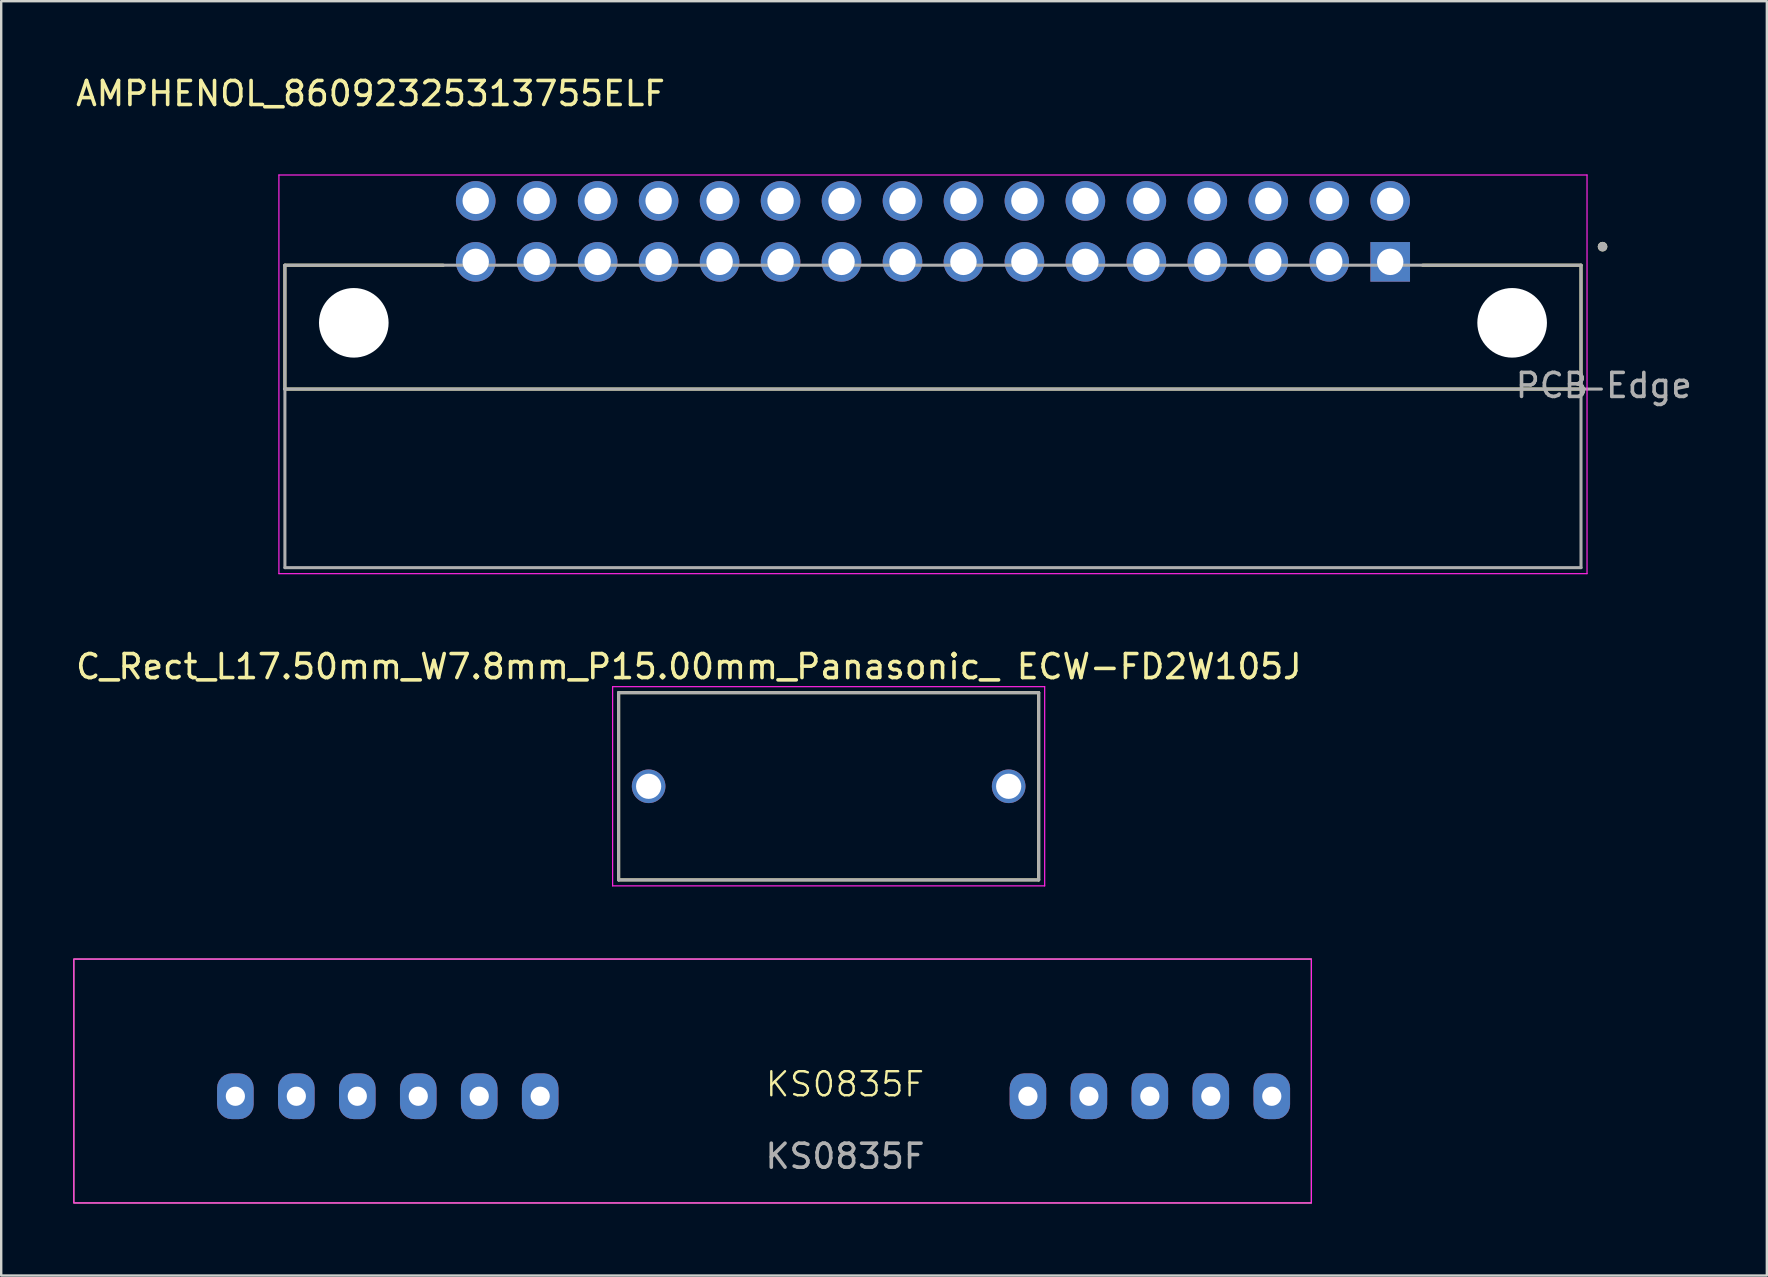
<source format=kicad_pcb>
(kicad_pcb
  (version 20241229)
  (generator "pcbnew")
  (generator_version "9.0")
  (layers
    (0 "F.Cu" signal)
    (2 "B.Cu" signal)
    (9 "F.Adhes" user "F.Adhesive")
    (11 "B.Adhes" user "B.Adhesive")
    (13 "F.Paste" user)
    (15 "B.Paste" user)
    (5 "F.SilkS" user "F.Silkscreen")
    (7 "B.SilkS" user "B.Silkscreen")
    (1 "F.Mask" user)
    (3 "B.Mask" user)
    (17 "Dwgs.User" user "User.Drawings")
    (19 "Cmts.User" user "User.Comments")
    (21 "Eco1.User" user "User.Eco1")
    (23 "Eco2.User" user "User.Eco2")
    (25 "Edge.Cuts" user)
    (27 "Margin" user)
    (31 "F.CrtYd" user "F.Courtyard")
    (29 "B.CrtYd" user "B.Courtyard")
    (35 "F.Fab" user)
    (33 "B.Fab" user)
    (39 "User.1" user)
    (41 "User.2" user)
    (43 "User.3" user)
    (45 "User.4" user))
  (footprint "AMPHENOL_86092325313755ELF"
    (layer "F.Cu")
    (at 35.82 10.4)
    (property "Reference" "AMPHENOL_86092325313755ELF" (at -23.433 -9.552 0) (layer "F.SilkS") (effects (font (size 1 1) (thickness 0.15))))
    (attr through_hole)
    (fp_line (start -27 -2.4) (end -20.4 -2.4) (stroke (width 0.127) (type solid)) (layer "F.SilkS"))
    (fp_line (start -27 2.76) (end -27 -2.4) (stroke (width 0.127) (type solid)) (layer "F.SilkS"))
    (fp_line (start -27 2.76) (end 27 2.76) (stroke (width 0.127) (type solid)) (layer "F.SilkS"))
    (fp_line (start 20.4 -2.4) (end 27 -2.4) (stroke (width 0.127) (type solid)) (layer "F.SilkS"))
    (fp_line (start 27 -2.4) (end 27 2.76) (stroke (width 0.127) (type solid)) (layer "F.SilkS"))
    (fp_circle (center 27.897 -3.173) (end 27.997 -3.173) (stroke (width 0.2) (type solid)) (fill no) (layer "F.SilkS"))
    (fp_line (start -27.25 -6.16) (end 27.25 -6.16) (stroke (width 0.05) (type solid)) (layer "F.CrtYd"))
    (fp_line (start -27.25 10.45) (end -27.25 -6.16) (stroke (width 0.05) (type solid)) (layer "F.CrtYd"))
    (fp_line (start 27.25 -6.16) (end 27.25 10.45) (stroke (width 0.05) (type solid)) (layer "F.CrtYd"))
    (fp_line (start 27.25 10.45) (end -27.25 10.45) (stroke (width 0.05) (type solid)) (layer "F.CrtYd"))
    (fp_line (start -27 -2.4) (end 27 -2.4) (stroke (width 0.127) (type solid)) (layer "F.Fab"))
    (fp_line (start -27 2.76) (end -27 -2.4) (stroke (width 0.127) (type solid)) (layer "F.Fab"))
    (fp_line (start -27 2.76) (end -27 10.2) (stroke (width 0.127) (type solid)) (layer "F.Fab"))
    (fp_line (start -27 10.2) (end 27 10.2) (stroke (width 0.127) (type solid)) (layer "F.Fab"))
    (fp_line (start 27 -2.4) (end 27 2.76) (stroke (width 0.127) (type solid)) (layer "F.Fab"))
    (fp_line (start 27 2.76) (end -27 2.76) (stroke (width 0.127) (type solid)) (layer "F.Fab"))
    (fp_line (start 27 2.76) (end 27.85 2.76) (stroke (width 0.127) (type solid)) (layer "F.Fab"))
    (fp_line (start 27 10.2) (end 27 2.76) (stroke (width 0.127) (type solid)) (layer "F.Fab"))
    (fp_circle (center 27.897 -3.173) (end 27.997 -3.173) (stroke (width 0.2) (type solid)) (fill no) (layer "F.Fab"))
    (fp_text user "PCB Edge" (at 27.95 2.61 0) (layer "F.Fab") (effects (font (size 1 1) (thickness 0.15))))
    (pad "" np_thru_hole circle (at -24.13 0) (size 2.9 2.9) (drill 2.9) (layers "*.Cu" "*.Mask"))
    (pad "" np_thru_hole circle (at 24.13 0) (size 2.9 2.9) (drill 2.9) (layers "*.Cu" "*.Mask"))
    (pad "A1" thru_hole rect (at 19.05 -2.54) (size 1.65 1.65) (drill 1.1) (layers "*.Cu" "*.Mask"))
    (pad "A2" thru_hole circle (at 16.51 -2.54) (size 1.65 1.65) (drill 1.1) (layers "*.Cu" "*.Mask"))
    (pad "A3" thru_hole circle (at 13.97 -2.54) (size 1.65 1.65) (drill 1.1) (layers "*.Cu" "*.Mask"))
    (pad "A4" thru_hole circle (at 11.43 -2.54) (size 1.65 1.65) (drill 1.1) (layers "*.Cu" "*.Mask"))
    (pad "A5" thru_hole circle (at 8.89 -2.54) (size 1.65 1.65) (drill 1.1) (layers "*.Cu" "*.Mask"))
    (pad "A6" thru_hole circle (at 6.35 -2.54) (size 1.65 1.65) (drill 1.1) (layers "*.Cu" "*.Mask"))
    (pad "A7" thru_hole circle (at 3.81 -2.54) (size 1.65 1.65) (drill 1.1) (layers "*.Cu" "*.Mask"))
    (pad "A8" thru_hole circle (at 1.27 -2.54) (size 1.65 1.65) (drill 1.1) (layers "*.Cu" "*.Mask"))
    (pad "A9" thru_hole circle (at -1.27 -2.54) (size 1.65 1.65) (drill 1.1) (layers "*.Cu" "*.Mask"))
    (pad "A10" thru_hole circle (at -3.81 -2.54) (size 1.65 1.65) (drill 1.1) (layers "*.Cu" "*.Mask"))
    (pad "A11" thru_hole circle (at -6.35 -2.54) (size 1.65 1.65) (drill 1.1) (layers "*.Cu" "*.Mask"))
    (pad "A12" thru_hole circle (at -8.89 -2.54) (size 1.65 1.65) (drill 1.1) (layers "*.Cu" "*.Mask"))
    (pad "A13" thru_hole circle (at -11.43 -2.54) (size 1.65 1.65) (drill 1.1) (layers "*.Cu" "*.Mask"))
    (pad "A14" thru_hole circle (at -13.97 -2.54) (size 1.65 1.65) (drill 1.1) (layers "*.Cu" "*.Mask"))
    (pad "A15" thru_hole circle (at -16.51 -2.54) (size 1.65 1.65) (drill 1.1) (layers "*.Cu" "*.Mask"))
    (pad "A16" thru_hole circle (at -19.05 -2.54) (size 1.65 1.65) (drill 1.1) (layers "*.Cu" "*.Mask"))
    (pad "B1" thru_hole circle (at 19.05 -5.08) (size 1.65 1.65) (drill 1.1) (layers "*.Cu" "*.Mask"))
    (pad "B2" thru_hole circle (at 16.51 -5.08) (size 1.65 1.65) (drill 1.1) (layers "*.Cu" "*.Mask"))
    (pad "B3" thru_hole circle (at 13.97 -5.08) (size 1.65 1.65) (drill 1.1) (layers "*.Cu" "*.Mask"))
    (pad "B4" thru_hole circle (at 11.43 -5.08) (size 1.65 1.65) (drill 1.1) (layers "*.Cu" "*.Mask"))
    (pad "B5" thru_hole circle (at 8.89 -5.08) (size 1.65 1.65) (drill 1.1) (layers "*.Cu" "*.Mask"))
    (pad "B6" thru_hole circle (at 6.35 -5.08) (size 1.65 1.65) (drill 1.1) (layers "*.Cu" "*.Mask"))
    (pad "B7" thru_hole circle (at 3.81 -5.08) (size 1.65 1.65) (drill 1.1) (layers "*.Cu" "*.Mask"))
    (pad "B8" thru_hole circle (at 1.27 -5.08) (size 1.65 1.65) (drill 1.1) (layers "*.Cu" "*.Mask"))
    (pad "B9" thru_hole circle (at -1.27 -5.08) (size 1.65 1.65) (drill 1.1) (layers "*.Cu" "*.Mask"))
    (pad "B10" thru_hole circle (at -3.81 -5.08) (size 1.65 1.65) (drill 1.1) (layers "*.Cu" "*.Mask"))
    (pad "B11" thru_hole circle (at -6.35 -5.08) (size 1.65 1.65) (drill 1.1) (layers "*.Cu" "*.Mask"))
    (pad "B12" thru_hole circle (at -8.89 -5.08) (size 1.65 1.65) (drill 1.1) (layers "*.Cu" "*.Mask"))
    (pad "B13" thru_hole circle (at -11.43 -5.08) (size 1.65 1.65) (drill 1.1) (layers "*.Cu" "*.Mask"))
    (pad "B14" thru_hole circle (at -13.97 -5.08) (size 1.65 1.65) (drill 1.1) (layers "*.Cu" "*.Mask"))
    (pad "B15" thru_hole circle (at -16.51 -5.08) (size 1.65 1.65) (drill 1.1) (layers "*.Cu" "*.Mask"))
    (pad "B16" thru_hole circle (at -19.05 -5.08) (size 1.65 1.65) (drill 1.1) (layers "*.Cu" "*.Mask")))
  (footprint "C_Rect_L17.50mm_W7.8mm_P15.00mm_Panasonic_ ECW-FD2W105J"
    (layer "F.Cu")
    (at 31.474 29.709)
    (property "Reference" "C_Rect_L17.50mm_W7.8mm_P15.00mm_Panasonic_ ECW-FD2W105J" (at -5.825 -4.985 0) (layer "F.SilkS") (effects (font (size 1 1) (thickness 0.15))))
    (attr through_hole)
    (fp_line (start -8.75 -3.9) (end -8.75 3.9) (stroke (width 0.127) (type solid)) (layer "F.SilkS"))
    (fp_line (start -8.75 -3.9) (end 8.75 -3.9) (stroke (width 0.127) (type solid)) (layer "F.SilkS"))
    (fp_line (start -8.75 3.9) (end 8.75 3.9) (stroke (width 0.127) (type solid)) (layer "F.SilkS"))
    (fp_line (start 8.75 -3.9) (end 8.75 3.9) (stroke (width 0.127) (type solid)) (layer "F.SilkS"))
    (fp_line (start -9 -4.15) (end -9 4.15) (stroke (width 0.05) (type solid)) (layer "F.CrtYd"))
    (fp_line (start -9 -4.15) (end 9 -4.15) (stroke (width 0.05) (type solid)) (layer "F.CrtYd"))
    (fp_line (start 9 -4.15) (end 9 4.15) (stroke (width 0.05) (type solid)) (layer "F.CrtYd"))
    (fp_line (start 9 4.15) (end -9 4.15) (stroke (width 0.05) (type solid)) (layer "F.CrtYd"))
    (fp_line (start -8.75 -3.9) (end -8.75 3.9) (stroke (width 0.127) (type solid)) (layer "F.Fab"))
    (fp_line (start -8.75 -3.9) (end 8.75 -3.9) (stroke (width 0.127) (type solid)) (layer "F.Fab"))
    (fp_line (start 8.75 -3.9) (end 8.75 3.9) (stroke (width 0.127) (type solid)) (layer "F.Fab"))
    (fp_line (start 8.75 3.9) (end -8.75 3.9) (stroke (width 0.127) (type solid)) (layer "F.Fab"))
    (pad "1" thru_hole circle (at -7.5 0) (size 1.4 1.4) (drill 1.05) (layers "*.Cu" "*.Mask"))
    (pad "2" thru_hole circle (at 7.5 0) (size 1.4 1.4) (drill 1.05) (layers "*.Cu" "*.Mask")))
  (footprint "KS0835F"
    (layer "F.Cu")
    (at 32.156 42.623)
    (property "Reference" "KS0835F" (at 0 -0.5 0) (unlocked yes) (layer "F.SilkS") (effects (font (size 1 1) (thickness 0.1))))
    (attr through_hole)
    (fp_rect (start -32.131 -5.715) (end 19.431 4.445) (stroke (width 0.05) (type solid)) (fill no) (layer "F.SilkS"))
    (fp_rect (start -32.131 -5.715) (end 19.431 4.445) (stroke (width 0.05) (type solid)) (fill no) (layer "F.CrtYd"))
    (fp_text user "${REFERENCE}" (at 0 2.5 0) (unlocked yes) (layer "F.Fab") (effects (font (size 1 1) (thickness 0.15))))
    (pad "1" thru_hole roundrect (at 17.78 0) (size 1.524 1.905) (drill 0.8) (layers "*.Cu" "*.Mask") (roundrect_rratio 0.4))
    (pad "2" thru_hole roundrect (at 15.24 0) (size 1.524 1.905) (drill 0.8) (layers "*.Cu" "*.Mask") (roundrect_rratio 0.4))
    (pad "3" thru_hole roundrect (at 12.7 0) (size 1.524 1.905) (drill 0.8) (layers "*.Cu" "*.Mask") (roundrect_rratio 0.4))
    (pad "4" thru_hole roundrect (at 10.16 0) (size 1.524 1.905) (drill 0.8) (layers "*.Cu" "*.Mask") (roundrect_rratio 0.4))
    (pad "5" thru_hole roundrect (at 7.62 0) (size 1.524 1.905) (drill 0.8) (layers "*.Cu" "*.Mask") (roundrect_rratio 0.4))
    (pad "6" thru_hole roundrect (at -12.7 0) (size 1.524 1.905) (drill 0.8) (layers "*.Cu" "*.Mask") (roundrect_rratio 0.4))
    (pad "7" thru_hole roundrect (at -15.24 0) (size 1.524 1.905) (drill 0.8) (layers "*.Cu" "*.Mask") (roundrect_rratio 0.4))
    (pad "8" thru_hole roundrect (at -17.78 0) (size 1.524 1.905) (drill 0.8) (layers "*.Cu" "*.Mask") (roundrect_rratio 0.4))
    (pad "9" thru_hole roundrect (at -20.32 0) (size 1.524 1.905) (drill 0.8) (layers "*.Cu" "*.Mask") (roundrect_rratio 0.4))
    (pad "10" thru_hole roundrect (at -22.86 0) (size 1.524 1.905) (drill 0.8) (layers "*.Cu" "*.Mask") (roundrect_rratio 0.4))
    (pad "11" thru_hole roundrect (at -25.4 0) (size 1.524 1.905) (drill 0.8) (layers "*.Cu" "*.Mask") (roundrect_rratio 0.4)))
  (gr_rect
    (start -3 -3)
    (end 70.562 50.093)
    (stroke (width 0.1) (type default))
    (fill no)
    (layer "Edge.Cuts")))
</source>
